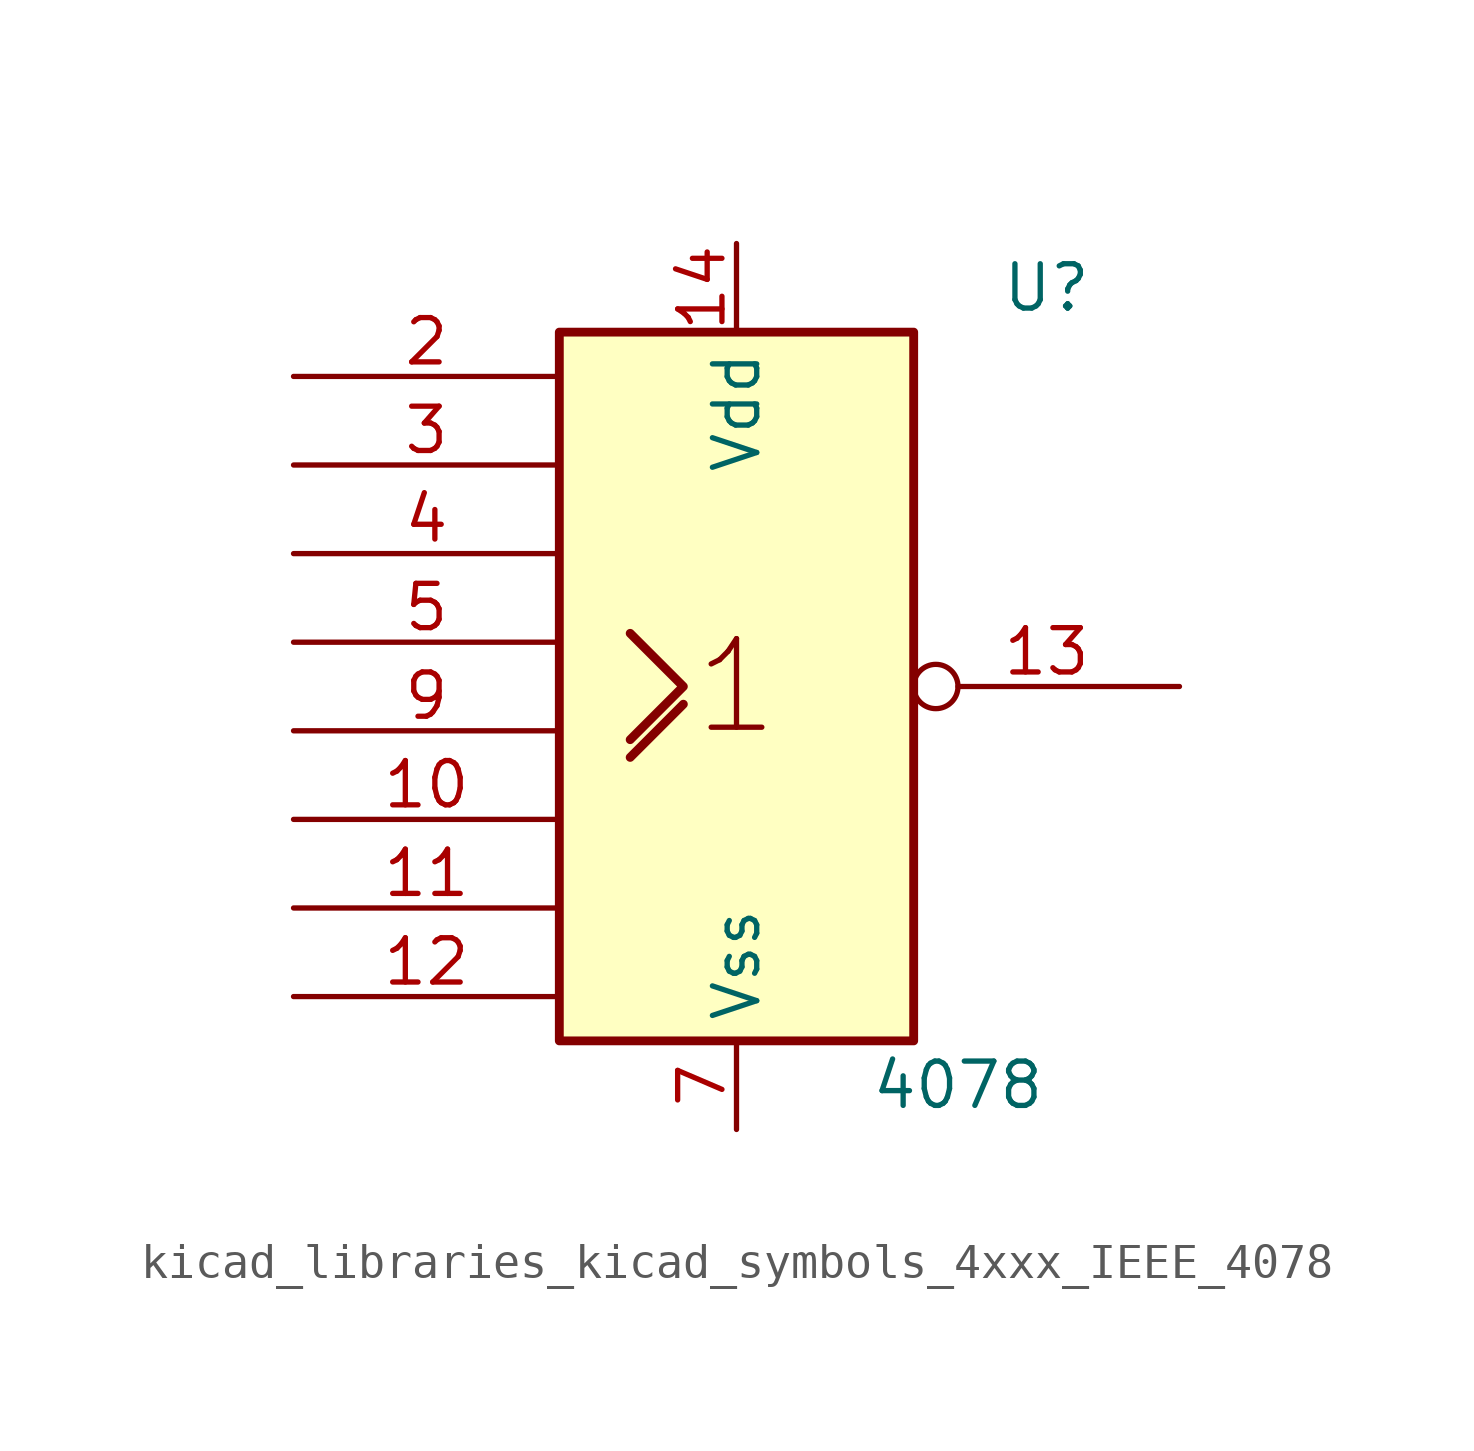
<source format=kicad_sym>
(kicad_symbol_lib
  (version 20220914)
  (generator kicad_symbol_editor)
  (symbol "kicad_libraries_kicad_symbols_4xxx_IEEE_4078"
    (property "Reference" "U"
      (at 8.89 11.43 0)
      (effects (font (size 1.27 1.27))))
    (property "Value" "4078"
      (at 6.35 -11.43 0)
      (effects (font (size 1.27 1.27))))
    (symbol "kicad_libraries_kicad_symbols_4xxx_IEEE_4078_0_0"
      (rectangle (start -5.08 10.16) (end 5.08 -10.16) (stroke (width 0.254) (type default)) (fill (type background)))
      (polyline (pts (xy -3.048 -2.032) (xy -1.524 -0.508) (xy -1.524 -0.508)) (stroke (width 0.254) (type default)) (fill (type background)))
      (polyline (pts (xy -3.048 1.524) (xy -1.524 0) (xy -3.048 -1.524) (xy -3.048 -1.524)) (stroke (width 0.254) (type default)) (fill (type background)))
      (text "1" (at 0 0 0) (effects (font (size 2.54 2.54))))
      (pin power_in line (at 0 12.7 270) (length 2.54) (name "Vdd" (effects (font (size 1.27 1.27)))) (number "14" (effects (font (size 1.27 1.27)))))
      (pin power_in line (at 0 -12.7 90) (length 2.54) (name "Vss" (effects (font (size 1.27 1.27)))) (number "7" (effects (font (size 1.27 1.27))))))
    (symbol "kicad_libraries_kicad_symbols_4xxx_IEEE_4078_1_1"
      (pin output line (at -12.7 -3.81 0) (length 7.62) (name "~" (effects (font (size 1.27 1.27)))) (number "10" (effects (font (size 1.27 1.27)))))
      (pin output line (at -12.7 -6.35 0) (length 7.62) (name "~" (effects (font (size 1.27 1.27)))) (number "11" (effects (font (size 1.27 1.27)))))
      (pin power_in line (at -12.7 -8.89 0) (length 7.62) (name "~" (effects (font (size 1.27 1.27)))) (number "12" (effects (font (size 1.27 1.27)))))
      (pin output inverted (at 12.7 0 180) (length 7.62) (name "~" (effects (font (size 1.27 1.27)))) (number "13" (effects (font (size 1.27 1.27)))))
      (pin input line (at -12.7 8.89 0) (length 7.62) (name "~" (effects (font (size 1.27 1.27)))) (number "2" (effects (font (size 1.27 1.27)))))
      (pin input line (at -12.7 6.35 0) (length 7.62) (name "~" (effects (font (size 1.27 1.27)))) (number "3" (effects (font (size 1.27 1.27)))))
      (pin input line (at -12.7 3.81 0) (length 7.62) (name "~" (effects (font (size 1.27 1.27)))) (number "4" (effects (font (size 1.27 1.27)))))
      (pin output line (at -12.7 1.27 0) (length 7.62) (name "~" (effects (font (size 1.27 1.27)))) (number "5" (effects (font (size 1.27 1.27)))))
      (pin output line (at -12.7 -1.27 0) (length 7.62) (name "~" (effects (font (size 1.27 1.27)))) (number "9" (effects (font (size 1.27 1.27))))))))
</source>
